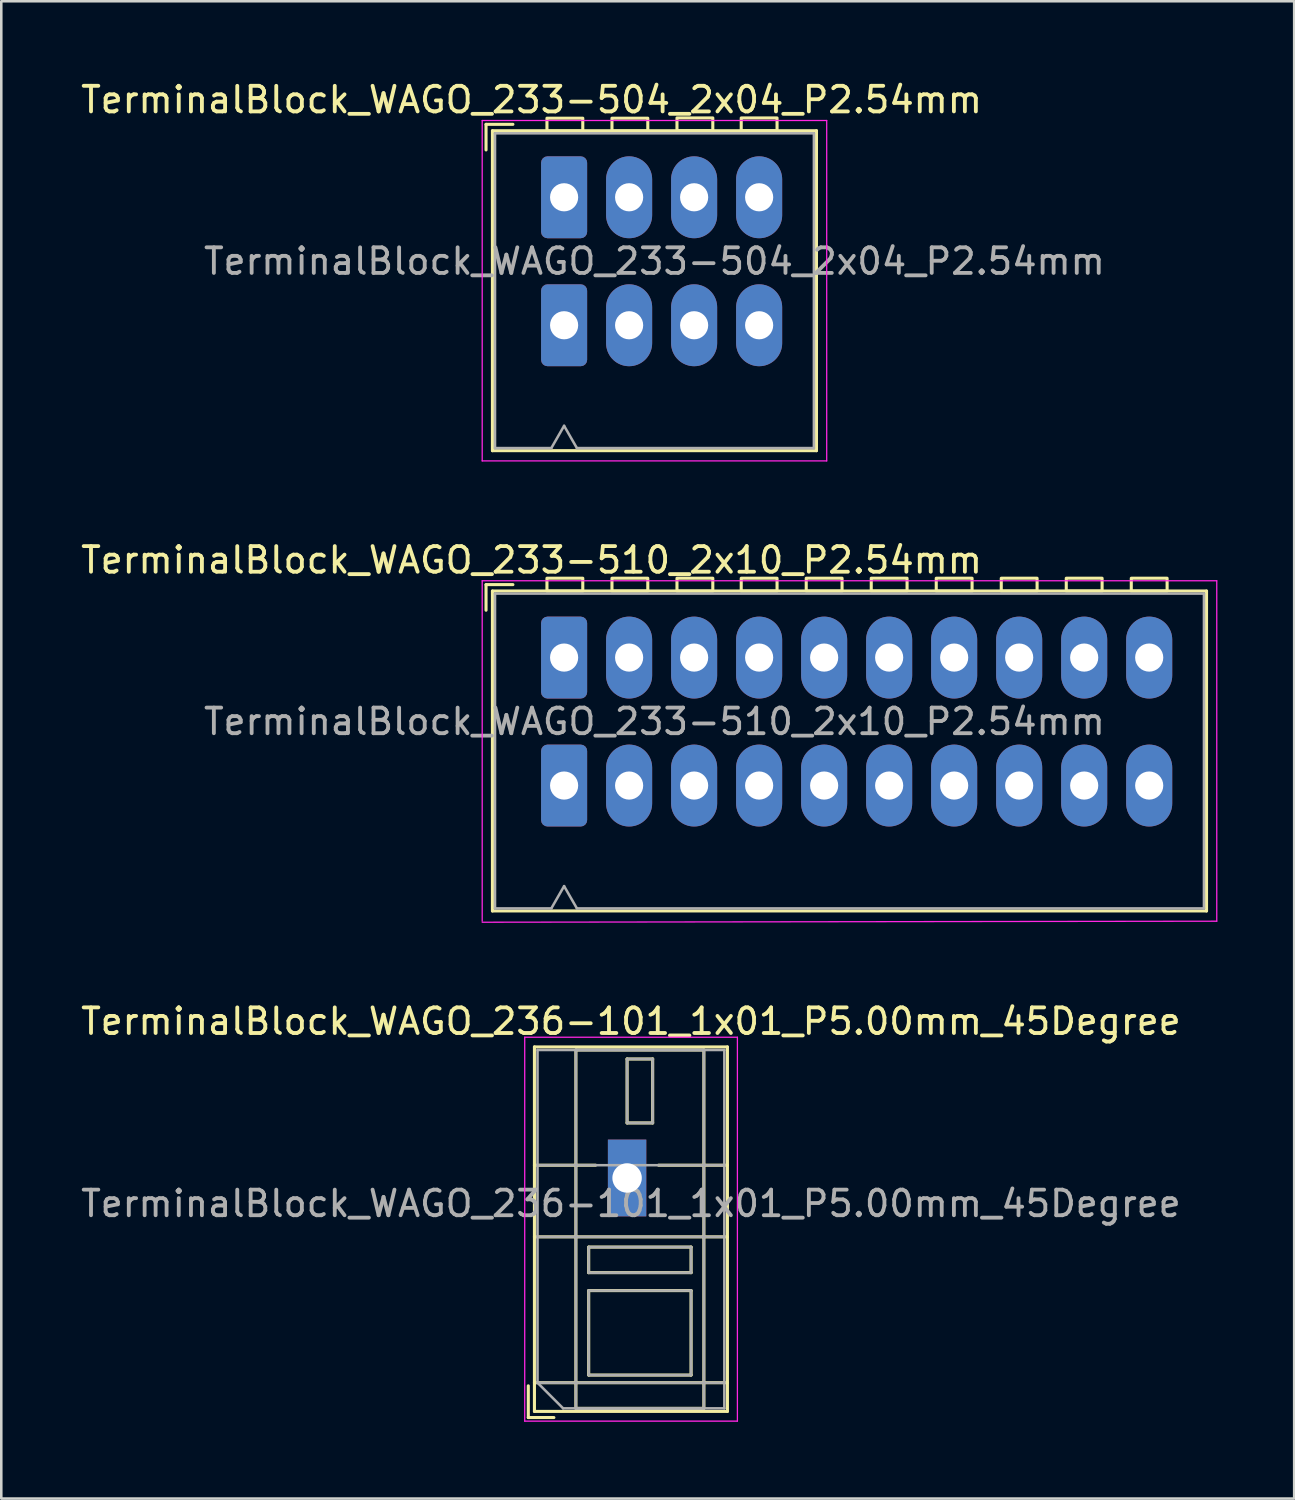
<source format=kicad_pcb>
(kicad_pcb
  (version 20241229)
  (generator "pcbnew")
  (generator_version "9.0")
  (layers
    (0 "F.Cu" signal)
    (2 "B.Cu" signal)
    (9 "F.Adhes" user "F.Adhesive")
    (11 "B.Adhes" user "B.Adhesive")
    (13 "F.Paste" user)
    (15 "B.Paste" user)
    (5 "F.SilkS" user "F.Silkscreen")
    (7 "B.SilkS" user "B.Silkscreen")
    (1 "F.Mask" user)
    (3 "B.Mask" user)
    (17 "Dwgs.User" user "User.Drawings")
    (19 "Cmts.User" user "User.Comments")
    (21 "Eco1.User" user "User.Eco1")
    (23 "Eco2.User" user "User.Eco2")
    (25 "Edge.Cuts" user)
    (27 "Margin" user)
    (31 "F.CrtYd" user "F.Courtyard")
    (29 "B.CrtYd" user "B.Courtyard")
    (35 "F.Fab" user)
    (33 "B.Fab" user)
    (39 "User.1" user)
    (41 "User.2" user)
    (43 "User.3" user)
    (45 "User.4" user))
  (footprint "TerminalBlock_WAGO_233-510_2x10_P2.54mm"
    (layer "F.Cu")
    (at 18.99 22.642)
    (property "Reference" "TerminalBlock_WAGO_233-510_2x10_P2.54mm" (at -1.27 -3.81 0) (layer "F.SilkS") (effects (font (size 1 1) (thickness 0.15))))
    (attr through_hole)
    (fp_line (start -3.05 -2.85) (end -3.05 -1.85) (stroke (width 0.12) (type default)) (layer "F.SilkS"))
    (fp_line (start -3.05 -2.85) (end -2 -2.85) (stroke (width 0.12) (type default)) (layer "F.SilkS"))
    (fp_line (start -2.8 -2.6) (end 25.1 -2.6) (stroke (width 0.12) (type solid)) (layer "F.SilkS"))
    (fp_line (start -2.8 9.9) (end -2.8 -2.6) (stroke (width 0.12) (type solid)) (layer "F.SilkS"))
    (fp_line (start 25.1 -2.6) (end 25.1 9.9) (stroke (width 0.12) (type solid)) (layer "F.SilkS"))
    (fp_line (start 25.1 9.9) (end -2.8 9.9) (stroke (width 0.12) (type solid)) (layer "F.SilkS"))
    (fp_rect (start -0.67 -3.1) (end 0.73 -2.6) (stroke (width 0.12) (type default)) (fill no) (layer "F.SilkS"))
    (fp_rect (start 1.87 -3.1) (end 3.27 -2.6) (stroke (width 0.12) (type default)) (fill no) (layer "F.SilkS"))
    (fp_rect (start 4.41 -3.1) (end 5.81 -2.6) (stroke (width 0.12) (type default)) (fill no) (layer "F.SilkS"))
    (fp_rect (start 6.92 -3.1) (end 8.32 -2.6) (stroke (width 0.12) (type default)) (fill no) (layer "F.SilkS"))
    (fp_rect (start 9.46 -3.101) (end 10.86 -2.601) (stroke (width 0.12) (type default)) (fill no) (layer "F.SilkS"))
    (fp_rect (start 12 -3.101) (end 13.4 -2.601) (stroke (width 0.12) (type default)) (fill no) (layer "F.SilkS"))
    (fp_rect (start 14.54 -3.1) (end 15.94 -2.6) (stroke (width 0.12) (type default)) (fill no) (layer "F.SilkS"))
    (fp_rect (start 17.08 -3.1) (end 18.48 -2.6) (stroke (width 0.12) (type default)) (fill no) (layer "F.SilkS"))
    (fp_rect (start 19.62 -3.1) (end 21.02 -2.6) (stroke (width 0.12) (type default)) (fill no) (layer "F.SilkS"))
    (fp_rect (start 22.16 -3.1) (end 23.56 -2.6) (stroke (width 0.12) (type default)) (fill no) (layer "F.SilkS"))
    (fp_line (start -3.2 -3) (end 25.5 -3) (stroke (width 0.05) (type solid)) (layer "F.CrtYd"))
    (fp_line (start -3.2 10.3) (end -3.2 -3) (stroke (width 0.05) (type solid)) (layer "F.CrtYd"))
    (fp_line (start 25.5 -3) (end 25.5 10.3) (stroke (width 0.05) (type solid)) (layer "F.CrtYd"))
    (fp_line (start 25.5 10.3) (end -3.2 10.34) (stroke (width 0.05) (type solid)) (layer "F.CrtYd"))
    (fp_line (start -2.7 -2.5) (end 25 -2.5) (stroke (width 0.1) (type default)) (layer "F.Fab"))
    (fp_line (start -2.7 9.8) (end -2.7 -2.5) (stroke (width 0.1) (type default)) (layer "F.Fab"))
    (fp_line (start -2.7 9.8) (end -0.5 9.8) (stroke (width 0.1) (type default)) (layer "F.Fab"))
    (fp_line (start 0 8.93) (end -0.5 9.8) (stroke (width 0.1) (type default)) (layer "F.Fab"))
    (fp_line (start 0.5 9.8) (end 0 8.93) (stroke (width 0.1) (type default)) (layer "F.Fab"))
    (fp_line (start 0.5 9.8) (end 25 9.8) (stroke (width 0.1) (type default)) (layer "F.Fab"))
    (fp_line (start 25 -2.5) (end 25 9.8) (stroke (width 0.1) (type default)) (layer "F.Fab"))
    (fp_text user "${REFERENCE}" (at 3.53 2.5 0) (layer "F.Fab") (effects (font (size 1 1) (thickness 0.15))))
    (pad "1" thru_hole roundrect (at 0 0) (size 1.8 3.2) (drill 1.1) (layers "*.Cu" "*.Mask") (roundrect_rratio 0.139))
    (pad "1" thru_hole roundrect (at 0 5) (size 1.8 3.2) (drill 1.1) (layers "*.Cu" "*.Mask") (roundrect_rratio 0.139))
    (pad "2" thru_hole oval (at 2.54 0) (size 1.8 3.2) (drill 1.1) (layers "*.Cu" "*.Mask"))
    (pad "2" thru_hole oval (at 2.54 5) (size 1.8 3.2) (drill 1.1) (layers "*.Cu" "*.Mask"))
    (pad "3" thru_hole oval (at 5.08 0) (size 1.8 3.2) (drill 1.1) (layers "*.Cu" "*.Mask"))
    (pad "3" thru_hole oval (at 5.08 5) (size 1.8 3.2) (drill 1.1) (layers "*.Cu" "*.Mask"))
    (pad "4" thru_hole oval (at 7.62 0) (size 1.8 3.2) (drill 1.1) (layers "*.Cu" "*.Mask"))
    (pad "4" thru_hole oval (at 7.62 5) (size 1.8 3.2) (drill 1.1) (layers "*.Cu" "*.Mask"))
    (pad "5" thru_hole oval (at 10.16 0) (size 1.8 3.2) (drill 1.1) (layers "*.Cu" "*.Mask"))
    (pad "5" thru_hole oval (at 10.16 5) (size 1.8 3.2) (drill 1.1) (layers "*.Cu" "*.Mask"))
    (pad "6" thru_hole oval (at 12.7 0) (size 1.8 3.2) (drill 1.1) (layers "*.Cu" "*.Mask"))
    (pad "6" thru_hole oval (at 12.7 5) (size 1.8 3.2) (drill 1.1) (layers "*.Cu" "*.Mask"))
    (pad "7" thru_hole oval (at 15.24 0) (size 1.8 3.2) (drill 1.1) (layers "*.Cu" "*.Mask"))
    (pad "7" thru_hole oval (at 15.24 5) (size 1.8 3.2) (drill 1.1) (layers "*.Cu" "*.Mask"))
    (pad "8" thru_hole oval (at 17.78 0) (size 1.8 3.2) (drill 1.1) (layers "*.Cu" "*.Mask"))
    (pad "8" thru_hole oval (at 17.78 5) (size 1.8 3.2) (drill 1.1) (layers "*.Cu" "*.Mask"))
    (pad "9" thru_hole oval (at 20.32 0) (size 1.8 3.2) (drill 1.1) (layers "*.Cu" "*.Mask"))
    (pad "9" thru_hole oval (at 20.32 5) (size 1.8 3.2) (drill 1.1) (layers "*.Cu" "*.Mask"))
    (pad "10" thru_hole oval (at 22.86 0) (size 1.8 3.2) (drill 1.1) (layers "*.Cu" "*.Mask"))
    (pad "10" thru_hole oval (at 22.86 5) (size 1.8 3.2) (drill 1.1) (layers "*.Cu" "*.Mask")))
  (footprint "TerminalBlock_WAGO_236-101_1x01_P5.00mm_45Degree"
    (layer "F.Cu")
    (at 21.451 42.975)
    (property "Reference" "TerminalBlock_WAGO_236-101_1x01_P5.00mm_45Degree" (at 0.15 -6.12 0) (layer "F.SilkS") (effects (font (size 1 1) (thickness 0.15))))
    (attr through_hole)
    (fp_line (start -3.86 8.12) (end -3.86 9.36) (stroke (width 0.12) (type solid)) (layer "F.SilkS"))
    (fp_line (start -3.86 9.36) (end -2.86 9.36) (stroke (width 0.12) (type solid)) (layer "F.SilkS"))
    (fp_line (start -3.62 -5.12) (end -3.62 9.12) (stroke (width 0.12) (type solid)) (layer "F.SilkS"))
    (fp_line (start -3.62 -5.12) (end 3.92 -5.12) (stroke (width 0.12) (type solid)) (layer "F.SilkS"))
    (fp_line (start -3.62 -0.5) (end -1.23 -0.5) (stroke (width 0.12) (type solid)) (layer "F.SilkS"))
    (fp_line (start -3.62 2.3) (end 3.92 2.3) (stroke (width 0.12) (type solid)) (layer "F.SilkS"))
    (fp_line (start -3.62 8) (end 3.92 8) (stroke (width 0.12) (type solid)) (layer "F.SilkS"))
    (fp_line (start -3.62 9.12) (end 3.92 9.12) (stroke (width 0.12) (type solid)) (layer "F.SilkS"))
    (fp_line (start -2 -5) (end -2 9) (stroke (width 0.12) (type solid)) (layer "F.SilkS"))
    (fp_line (start -2 -5) (end 3 -5) (stroke (width 0.12) (type solid)) (layer "F.SilkS"))
    (fp_line (start -2 9) (end 3 9) (stroke (width 0.12) (type solid)) (layer "F.SilkS"))
    (fp_line (start -1.5 2.7) (end -1.5 3.7) (stroke (width 0.12) (type solid)) (layer "F.SilkS"))
    (fp_line (start -1.5 2.7) (end 2.5 2.7) (stroke (width 0.12) (type solid)) (layer "F.SilkS"))
    (fp_line (start -1.5 3.7) (end 2.5 3.7) (stroke (width 0.12) (type solid)) (layer "F.SilkS"))
    (fp_line (start -1.5 4.4) (end -1.5 7.7) (stroke (width 0.12) (type solid)) (layer "F.SilkS"))
    (fp_line (start -1.5 4.4) (end 2.5 4.4) (stroke (width 0.12) (type solid)) (layer "F.SilkS"))
    (fp_line (start -1.5 7.7) (end 2.5 7.7) (stroke (width 0.12) (type solid)) (layer "F.SilkS"))
    (fp_line (start 0 -4.65) (end 0 -2.151) (stroke (width 0.12) (type solid)) (layer "F.SilkS"))
    (fp_line (start 0 -4.65) (end 1 -4.65) (stroke (width 0.12) (type solid)) (layer "F.SilkS"))
    (fp_line (start 0 -2.151) (end 1 -2.151) (stroke (width 0.12) (type solid)) (layer "F.SilkS"))
    (fp_line (start 1 -4.65) (end 1 -2.151) (stroke (width 0.12) (type solid)) (layer "F.SilkS"))
    (fp_line (start 1.23 -0.5) (end 3.92 -0.5) (stroke (width 0.12) (type solid)) (layer "F.SilkS"))
    (fp_line (start 2.5 2.7) (end 2.5 3.7) (stroke (width 0.12) (type solid)) (layer "F.SilkS"))
    (fp_line (start 2.5 4.4) (end 2.5 7.7) (stroke (width 0.12) (type solid)) (layer "F.SilkS"))
    (fp_line (start 3 -5) (end 3 9) (stroke (width 0.12) (type solid)) (layer "F.SilkS"))
    (fp_line (start 3.92 -5.12) (end 3.92 9.12) (stroke (width 0.12) (type solid)) (layer "F.SilkS"))
    (fp_line (start -4 -5.5) (end -4 9.5) (stroke (width 0.05) (type solid)) (layer "F.CrtYd"))
    (fp_line (start -4 9.5) (end 4.31 9.5) (stroke (width 0.05) (type solid)) (layer "F.CrtYd"))
    (fp_line (start 4.31 -5.5) (end -4 -5.5) (stroke (width 0.05) (type solid)) (layer "F.CrtYd"))
    (fp_line (start 4.31 9.5) (end 4.31 -5.5) (stroke (width 0.05) (type solid)) (layer "F.CrtYd"))
    (fp_line (start -3.5 -5) (end 3.8 -5) (stroke (width 0.1) (type solid)) (layer "F.Fab"))
    (fp_line (start -3.5 -0.5) (end 3.8 -0.5) (stroke (width 0.1) (type solid)) (layer "F.Fab"))
    (fp_line (start -3.5 2.3) (end 3.8 2.3) (stroke (width 0.1) (type solid)) (layer "F.Fab"))
    (fp_line (start -3.5 8) (end -3.5 -5) (stroke (width 0.1) (type solid)) (layer "F.Fab"))
    (fp_line (start -3.5 8) (end 3.8 8) (stroke (width 0.1) (type solid)) (layer "F.Fab"))
    (fp_line (start -2.5 9) (end -3.5 8) (stroke (width 0.1) (type solid)) (layer "F.Fab"))
    (fp_line (start -2 -5) (end -2 9) (stroke (width 0.1) (type solid)) (layer "F.Fab"))
    (fp_line (start -2 9) (end 3 9) (stroke (width 0.1) (type solid)) (layer "F.Fab"))
    (fp_line (start -1.5 2.7) (end -1.5 3.7) (stroke (width 0.1) (type solid)) (layer "F.Fab"))
    (fp_line (start -1.5 3.7) (end 2.5 3.7) (stroke (width 0.1) (type solid)) (layer "F.Fab"))
    (fp_line (start -1.5 4.4) (end -1.5 7.7) (stroke (width 0.1) (type solid)) (layer "F.Fab"))
    (fp_line (start -1.5 7.7) (end 2.5 7.7) (stroke (width 0.1) (type solid)) (layer "F.Fab"))
    (fp_line (start 0 -4.65) (end 0 -2.15) (stroke (width 0.1) (type solid)) (layer "F.Fab"))
    (fp_line (start 0 -2.15) (end 1 -2.15) (stroke (width 0.1) (type solid)) (layer "F.Fab"))
    (fp_line (start 1 -4.65) (end 0 -4.65) (stroke (width 0.1) (type solid)) (layer "F.Fab"))
    (fp_line (start 1 -2.15) (end 1 -4.65) (stroke (width 0.1) (type solid)) (layer "F.Fab"))
    (fp_line (start 2.5 2.7) (end -1.5 2.7) (stroke (width 0.1) (type solid)) (layer "F.Fab"))
    (fp_line (start 2.5 3.7) (end 2.5 2.7) (stroke (width 0.1) (type solid)) (layer "F.Fab"))
    (fp_line (start 2.5 4.4) (end -1.5 4.4) (stroke (width 0.1) (type solid)) (layer "F.Fab"))
    (fp_line (start 2.5 7.7) (end 2.5 4.4) (stroke (width 0.1) (type solid)) (layer "F.Fab"))
    (fp_line (start 3 -5) (end -2 -5) (stroke (width 0.1) (type solid)) (layer "F.Fab"))
    (fp_line (start 3 9) (end 3 -5) (stroke (width 0.1) (type solid)) (layer "F.Fab"))
    (fp_line (start 3.8 -5) (end 3.8 9) (stroke (width 0.1) (type solid)) (layer "F.Fab"))
    (fp_line (start 3.8 9) (end -2.5 9) (stroke (width 0.1) (type solid)) (layer "F.Fab"))
    (fp_text user "${REFERENCE}" (at 0.15 1 0) (layer "F.Fab") (effects (font (size 1 1) (thickness 0.15))))
    (pad "1" thru_hole rect (at 0 0) (size 1.5 3) (drill 1.15) (layers "*.Cu" "*.Mask")))
  (footprint "TerminalBlock_WAGO_233-504_2x04_P2.54mm"
    (layer "F.Cu")
    (at 18.99 4.658)
    (property "Reference" "TerminalBlock_WAGO_233-504_2x04_P2.54mm" (at -1.27 -3.81 0) (layer "F.SilkS") (effects (font (size 1 1) (thickness 0.15))))
    (attr through_hole)
    (fp_line (start -3.05 -2.85) (end -3.05 -1.85) (stroke (width 0.12) (type default)) (layer "F.SilkS"))
    (fp_line (start -3.05 -2.85) (end -2 -2.85) (stroke (width 0.12) (type default)) (layer "F.SilkS"))
    (fp_line (start -2.8 -2.6) (end 9.86 -2.6) (stroke (width 0.12) (type solid)) (layer "F.SilkS"))
    (fp_line (start -2.8 9.9) (end -2.8 -2.6) (stroke (width 0.12) (type solid)) (layer "F.SilkS"))
    (fp_line (start 9.86 -2.6) (end 9.86 9.9) (stroke (width 0.12) (type solid)) (layer "F.SilkS"))
    (fp_line (start 9.86 9.9) (end -2.8 9.9) (stroke (width 0.12) (type solid)) (layer "F.SilkS"))
    (fp_rect (start -0.67 -3.09) (end 0.73 -2.59) (stroke (width 0.12) (type default)) (fill no) (layer "F.SilkS"))
    (fp_rect (start 1.87 -3.09) (end 3.27 -2.59) (stroke (width 0.12) (type default)) (fill no) (layer "F.SilkS"))
    (fp_rect (start 4.41 -3.1) (end 5.81 -2.6) (stroke (width 0.12) (type default)) (fill no) (layer "F.SilkS"))
    (fp_rect (start 6.92 -3.099) (end 8.32 -2.599) (stroke (width 0.12) (type default)) (fill no) (layer "F.SilkS"))
    (fp_line (start -3.2 -3) (end 10.26 -3) (stroke (width 0.05) (type solid)) (layer "F.CrtYd"))
    (fp_line (start -3.2 10.3) (end -3.2 -3) (stroke (width 0.05) (type solid)) (layer "F.CrtYd"))
    (fp_line (start 10.26 -3) (end 10.26 10.3) (stroke (width 0.05) (type solid)) (layer "F.CrtYd"))
    (fp_line (start 10.26 10.3) (end -3.2 10.3) (stroke (width 0.05) (type solid)) (layer "F.CrtYd"))
    (fp_line (start -2.7 -2.5) (end 9.76 -2.5) (stroke (width 0.1) (type default)) (layer "F.Fab"))
    (fp_line (start -2.7 9.8) (end -2.7 -2.5) (stroke (width 0.1) (type default)) (layer "F.Fab"))
    (fp_line (start -2.7 9.8) (end -0.5 9.8) (stroke (width 0.1) (type default)) (layer "F.Fab"))
    (fp_line (start 0 8.93) (end -0.5 9.8) (stroke (width 0.1) (type default)) (layer "F.Fab"))
    (fp_line (start 0.5 9.8) (end 0 8.93) (stroke (width 0.1) (type default)) (layer "F.Fab"))
    (fp_line (start 0.5 9.8) (end 9.76 9.8) (stroke (width 0.1) (type default)) (layer "F.Fab"))
    (fp_line (start 9.76 -2.5) (end 9.76 9.8) (stroke (width 0.1) (type default)) (layer "F.Fab"))
    (fp_text user "${REFERENCE}" (at 3.53 2.5 0) (layer "F.Fab") (effects (font (size 1 1) (thickness 0.15))))
    (pad "1" thru_hole roundrect (at 0 0) (size 1.8 3.2) (drill 1.1) (layers "*.Cu" "*.Mask") (roundrect_rratio 0.139))
    (pad "1" thru_hole roundrect (at 0 5) (size 1.8 3.2) (drill 1.1) (layers "*.Cu" "*.Mask") (roundrect_rratio 0.139))
    (pad "2" thru_hole oval (at 2.54 0) (size 1.8 3.2) (drill 1.1) (layers "*.Cu" "*.Mask"))
    (pad "2" thru_hole oval (at 2.54 5) (size 1.8 3.2) (drill 1.1) (layers "*.Cu" "*.Mask"))
    (pad "3" thru_hole oval (at 5.08 0) (size 1.8 3.2) (drill 1.1) (layers "*.Cu" "*.Mask"))
    (pad "3" thru_hole oval (at 5.08 5) (size 1.8 3.2) (drill 1.1) (layers "*.Cu" "*.Mask"))
    (pad "4" thru_hole oval (at 7.62 0) (size 1.8 3.2) (drill 1.1) (layers "*.Cu" "*.Mask"))
    (pad "4" thru_hole oval (at 7.62 5) (size 1.8 3.2) (drill 1.1) (layers "*.Cu" "*.Mask")))
  (gr_rect
    (start -3 -3)
    (end 47.515 55.5)
    (stroke (width 0.1) (type default))
    (fill no)
    (layer "Edge.Cuts")))
</source>
